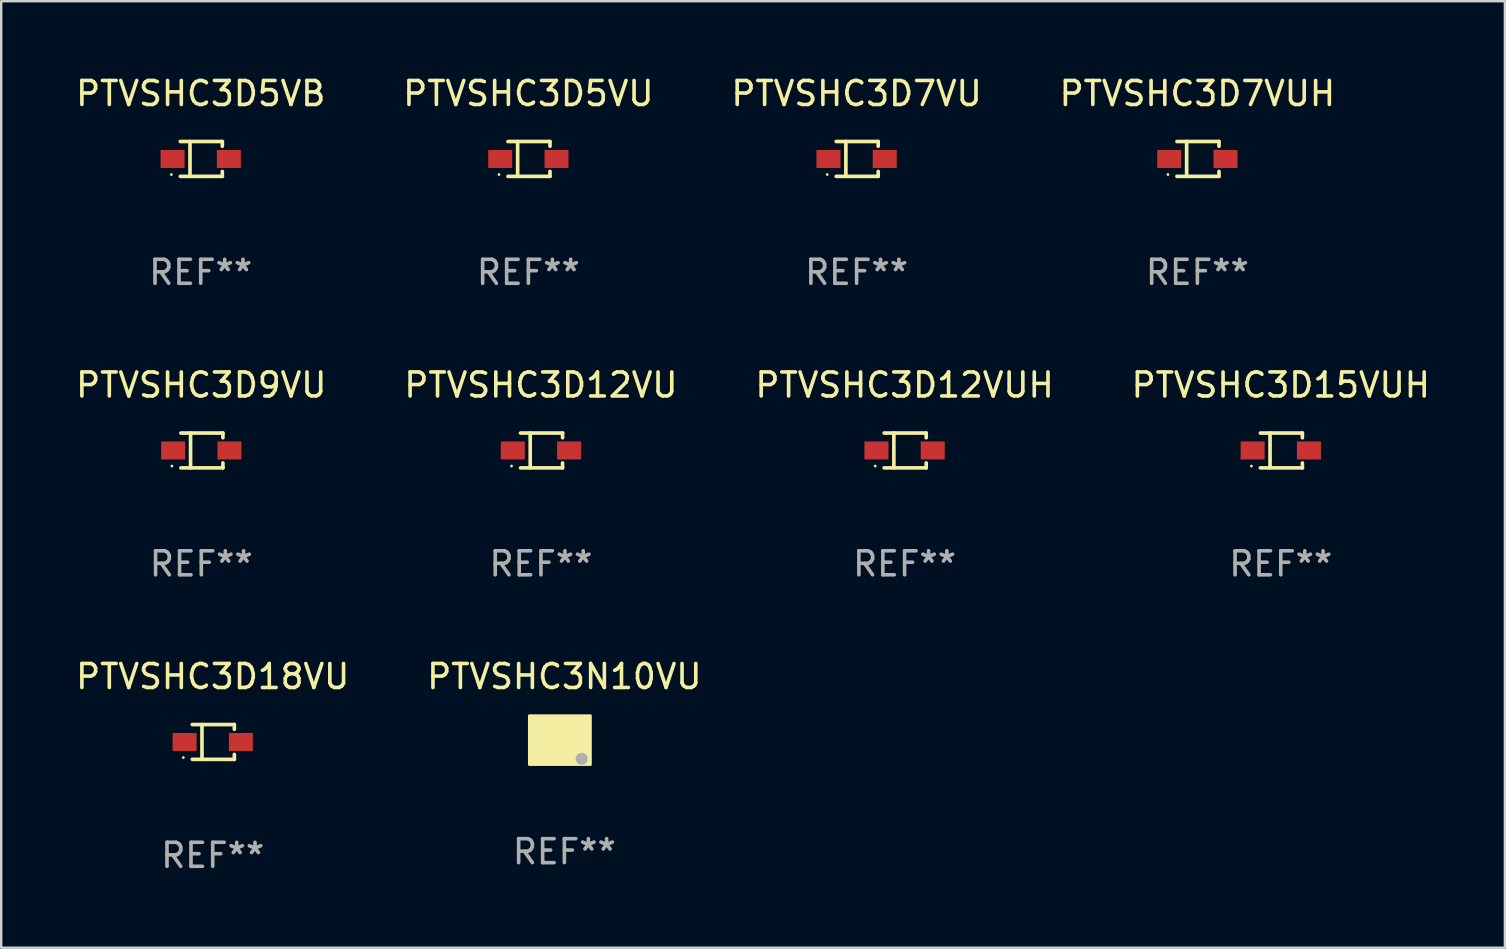
<source format=kicad_pcb>
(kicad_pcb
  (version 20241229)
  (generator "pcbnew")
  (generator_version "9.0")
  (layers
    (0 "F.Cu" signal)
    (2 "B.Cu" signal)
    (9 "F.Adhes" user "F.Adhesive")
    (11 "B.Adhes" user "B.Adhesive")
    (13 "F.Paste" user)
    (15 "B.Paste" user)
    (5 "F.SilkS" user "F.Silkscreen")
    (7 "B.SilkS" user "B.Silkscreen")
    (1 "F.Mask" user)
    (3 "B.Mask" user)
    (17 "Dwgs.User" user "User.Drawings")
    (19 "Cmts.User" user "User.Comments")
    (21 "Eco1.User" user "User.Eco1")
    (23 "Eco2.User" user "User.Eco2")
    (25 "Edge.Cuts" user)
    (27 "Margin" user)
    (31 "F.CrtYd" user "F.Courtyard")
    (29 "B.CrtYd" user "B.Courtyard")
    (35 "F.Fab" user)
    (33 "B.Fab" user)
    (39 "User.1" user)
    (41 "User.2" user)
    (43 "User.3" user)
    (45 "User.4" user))
  (footprint "PTVSHC3D18VU"
    (layer "F.Cu")
    (at 5.815 27.872)
    (property "Reference" "PTVSHC3D18VU" (at 0 -2.726 0) (layer "F.SilkS") (effects (font (size 1 1) (thickness 0.15))))
    (attr through_hole)
    (fp_line (start -0.851 -0.726) (end 0.901 -0.726) (stroke (width 0.152) (type solid)) (layer "F.SilkS"))
    (fp_line (start -0.851 0.726) (end 0.901 0.726) (stroke (width 0.152) (type solid)) (layer "F.SilkS"))
    (fp_line (start -0.447 -0.726) (end -0.447 0.726) (stroke (width 0.152) (type solid)) (layer "F.SilkS"))
    (fp_line (start 0.901 -0.726) (end 0.901 -0.53) (stroke (width 0.152) (type solid)) (layer "F.SilkS"))
    (fp_line (start 0.901 0.726) (end 0.901 0.52) (stroke (width 0.152) (type solid)) (layer "F.SilkS"))
    (fp_circle (center -1.225 0.65) (end -1.195 0.65) (stroke (width 0.06) (type solid)) (fill no) (layer "F.SilkS"))
    (fp_text user "REF**" (at 0 4.726 0) (layer "F.Fab") (effects (font (size 1 1) (thickness 0.15))))
    (pad "1" smd rect (at -1.173 0) (size 1 0.75) (layers "F.Cu" "F.Mask" "F.Paste"))
    (pad "2" smd rect (at 1.173 0) (size 1 0.75) (layers "F.Cu" "F.Mask" "F.Paste")))
  (footprint "PTVSHC3D7VU"
    (layer "F.Cu")
    (at 32.649 3.574)
    (property "Reference" "PTVSHC3D7VU" (at 0 -2.726 0) (layer "F.SilkS") (effects (font (size 1 1) (thickness 0.15))))
    (attr through_hole)
    (fp_line (start -0.851 -0.726) (end 0.901 -0.726) (stroke (width 0.152) (type solid)) (layer "F.SilkS"))
    (fp_line (start -0.851 0.726) (end 0.901 0.726) (stroke (width 0.152) (type solid)) (layer "F.SilkS"))
    (fp_line (start -0.447 -0.726) (end -0.447 0.726) (stroke (width 0.152) (type solid)) (layer "F.SilkS"))
    (fp_line (start 0.901 -0.726) (end 0.901 -0.53) (stroke (width 0.152) (type solid)) (layer "F.SilkS"))
    (fp_line (start 0.901 0.726) (end 0.901 0.52) (stroke (width 0.152) (type solid)) (layer "F.SilkS"))
    (fp_circle (center -1.225 0.65) (end -1.195 0.65) (stroke (width 0.06) (type solid)) (fill no) (layer "F.SilkS"))
    (fp_text user "REF**" (at 0 4.726 0) (layer "F.Fab") (effects (font (size 1 1) (thickness 0.15))))
    (pad "1" smd rect (at -1.173 0) (size 1 0.75) (layers "F.Cu" "F.Mask" "F.Paste"))
    (pad "2" smd rect (at 1.173 0) (size 1 0.75) (layers "F.Cu" "F.Mask" "F.Paste")))
  (footprint "PTVSHC3D5VB"
    (layer "F.Cu")
    (at 5.315 3.574)
    (property "Reference" "PTVSHC3D5VB" (at 0 -2.726 0) (layer "F.SilkS") (effects (font (size 1 1) (thickness 0.15))))
    (attr through_hole)
    (fp_line (start -0.851 -0.726) (end 0.901 -0.726) (stroke (width 0.152) (type solid)) (layer "F.SilkS"))
    (fp_line (start -0.851 0.726) (end 0.901 0.726) (stroke (width 0.152) (type solid)) (layer "F.SilkS"))
    (fp_line (start -0.447 -0.726) (end -0.447 0.726) (stroke (width 0.152) (type solid)) (layer "F.SilkS"))
    (fp_line (start 0.901 -0.726) (end 0.901 -0.53) (stroke (width 0.152) (type solid)) (layer "F.SilkS"))
    (fp_line (start 0.901 0.726) (end 0.901 0.52) (stroke (width 0.152) (type solid)) (layer "F.SilkS"))
    (fp_circle (center -1.225 0.65) (end -1.195 0.65) (stroke (width 0.06) (type solid)) (fill no) (layer "F.SilkS"))
    (fp_text user "REF**" (at 0 4.726 0) (layer "F.Fab") (effects (font (size 1 1) (thickness 0.15))))
    (pad "1" smd rect (at -1.173 0) (size 1 0.75) (layers "F.Cu" "F.Mask" "F.Paste"))
    (pad "2" smd rect (at 1.173 0) (size 1 0.75) (layers "F.Cu" "F.Mask" "F.Paste")))
  (footprint "PTVSHC3D7VUH"
    (layer "F.Cu")
    (at 46.851 3.574)
    (property "Reference" "PTVSHC3D7VUH" (at 0 -2.726 0) (layer "F.SilkS") (effects (font (size 1 1) (thickness 0.15))))
    (attr through_hole)
    (fp_line (start -0.851 -0.726) (end 0.901 -0.726) (stroke (width 0.152) (type solid)) (layer "F.SilkS"))
    (fp_line (start -0.851 0.726) (end 0.901 0.726) (stroke (width 0.152) (type solid)) (layer "F.SilkS"))
    (fp_line (start -0.447 -0.726) (end -0.447 0.726) (stroke (width 0.152) (type solid)) (layer "F.SilkS"))
    (fp_line (start 0.901 -0.726) (end 0.901 -0.53) (stroke (width 0.152) (type solid)) (layer "F.SilkS"))
    (fp_line (start 0.901 0.726) (end 0.901 0.52) (stroke (width 0.152) (type solid)) (layer "F.SilkS"))
    (fp_circle (center -1.225 0.65) (end -1.195 0.65) (stroke (width 0.06) (type solid)) (fill no) (layer "F.SilkS"))
    (fp_text user "REF**" (at 0 4.726 0) (layer "F.Fab") (effects (font (size 1 1) (thickness 0.15))))
    (pad "1" smd rect (at -1.173 0) (size 1 0.75) (layers "F.Cu" "F.Mask" "F.Paste"))
    (pad "2" smd rect (at 1.173 0) (size 1 0.75) (layers "F.Cu" "F.Mask" "F.Paste")))
  (footprint "PTVSHC3D5VU"
    (layer "F.Cu")
    (at 18.97 3.574)
    (property "Reference" "PTVSHC3D5VU" (at 0 -2.726 0) (layer "F.SilkS") (effects (font (size 1 1) (thickness 0.15))))
    (attr through_hole)
    (fp_line (start -0.851 -0.726) (end 0.901 -0.726) (stroke (width 0.152) (type solid)) (layer "F.SilkS"))
    (fp_line (start -0.851 0.726) (end 0.901 0.726) (stroke (width 0.152) (type solid)) (layer "F.SilkS"))
    (fp_line (start -0.447 -0.726) (end -0.447 0.726) (stroke (width 0.152) (type solid)) (layer "F.SilkS"))
    (fp_line (start 0.901 -0.726) (end 0.901 -0.53) (stroke (width 0.152) (type solid)) (layer "F.SilkS"))
    (fp_line (start 0.901 0.726) (end 0.901 0.52) (stroke (width 0.152) (type solid)) (layer "F.SilkS"))
    (fp_circle (center -1.225 0.65) (end -1.195 0.65) (stroke (width 0.06) (type solid)) (fill no) (layer "F.SilkS"))
    (fp_text user "REF**" (at 0 4.726 0) (layer "F.Fab") (effects (font (size 1 1) (thickness 0.15))))
    (pad "1" smd rect (at -1.173 0) (size 1 0.75) (layers "F.Cu" "F.Mask" "F.Paste"))
    (pad "2" smd rect (at 1.173 0) (size 1 0.75) (layers "F.Cu" "F.Mask" "F.Paste")))
  (footprint "PTVSHC3D9VU"
    (layer "F.Cu")
    (at 5.339 15.723)
    (property "Reference" "PTVSHC3D9VU" (at 0 -2.726 0) (layer "F.SilkS") (effects (font (size 1 1) (thickness 0.15))))
    (attr through_hole)
    (fp_line (start -0.851 -0.726) (end 0.901 -0.726) (stroke (width 0.152) (type solid)) (layer "F.SilkS"))
    (fp_line (start -0.851 0.726) (end 0.901 0.726) (stroke (width 0.152) (type solid)) (layer "F.SilkS"))
    (fp_line (start -0.447 -0.726) (end -0.447 0.726) (stroke (width 0.152) (type solid)) (layer "F.SilkS"))
    (fp_line (start 0.901 -0.726) (end 0.901 -0.53) (stroke (width 0.152) (type solid)) (layer "F.SilkS"))
    (fp_line (start 0.901 0.726) (end 0.901 0.52) (stroke (width 0.152) (type solid)) (layer "F.SilkS"))
    (fp_circle (center -1.225 0.65) (end -1.195 0.65) (stroke (width 0.06) (type solid)) (fill no) (layer "F.SilkS"))
    (fp_text user "REF**" (at 0 4.726 0) (layer "F.Fab") (effects (font (size 1 1) (thickness 0.15))))
    (pad "1" smd rect (at -1.173 0) (size 1 0.75) (layers "F.Cu" "F.Mask" "F.Paste"))
    (pad "2" smd rect (at 1.173 0) (size 1 0.75) (layers "F.Cu" "F.Mask" "F.Paste")))
  (footprint "PTVSHC3D12VUH"
    (layer "F.Cu")
    (at 34.649 15.723)
    (property "Reference" "PTVSHC3D12VUH" (at 0 -2.726 0) (layer "F.SilkS") (effects (font (size 1 1) (thickness 0.15))))
    (attr through_hole)
    (fp_line (start -0.851 -0.726) (end 0.901 -0.726) (stroke (width 0.152) (type solid)) (layer "F.SilkS"))
    (fp_line (start -0.851 0.726) (end 0.901 0.726) (stroke (width 0.152) (type solid)) (layer "F.SilkS"))
    (fp_line (start -0.447 -0.726) (end -0.447 0.726) (stroke (width 0.152) (type solid)) (layer "F.SilkS"))
    (fp_line (start 0.901 -0.726) (end 0.901 -0.53) (stroke (width 0.152) (type solid)) (layer "F.SilkS"))
    (fp_line (start 0.901 0.726) (end 0.901 0.52) (stroke (width 0.152) (type solid)) (layer "F.SilkS"))
    (fp_circle (center -1.225 0.65) (end -1.195 0.65) (stroke (width 0.06) (type solid)) (fill no) (layer "F.SilkS"))
    (fp_text user "REF**" (at 0 4.726 0) (layer "F.Fab") (effects (font (size 1 1) (thickness 0.15))))
    (pad "1" smd rect (at -1.173 0) (size 1 0.75) (layers "F.Cu" "F.Mask" "F.Paste"))
    (pad "2" smd rect (at 1.173 0) (size 1 0.75) (layers "F.Cu" "F.Mask" "F.Paste")))
  (footprint "PTVSHC3N10VU"
    (layer "F.Cu")
    (at 20.47 27.796)
    (property "Reference" "PTVSHC3N10VU" (at 0 -2.65 0) (layer "F.SilkS") (effects (font (size 1 1) (thickness 0.15))))
    (attr through_hole)
    (fp_circle (center 0.775 1) (end 0.805 1) (stroke (width 0.06) (type solid)) (fill no) (layer "F.SilkS"))
    (fp_poly (pts (xy -1.457 -1.016) (xy 1.083 -1.016) (xy 1.083 1.016) (xy -1.457 1.016)) (stroke (width 0.12) (type solid)) (fill yes) (layer "F.SilkS"))
    (fp_circle (center 0.72 0.78) (end 0.847 0.78) (stroke (width 0.254) (type solid)) (fill no) (layer "F.Fab"))
    (fp_text user "REF**" (at 0 4.65 0) (layer "F.Fab") (effects (font (size 1 1) (thickness 0.15))))
    (pad "1" smd rect (at 0.575 0.65 270) (size 0.4 0.5) (layers "F.Cu" "F.Mask" "F.Paste"))
    (pad "2" smd rect (at 0.575 -0.65 270) (size 0.4 0.5) (layers "F.Cu" "F.Mask" "F.Paste"))
    (pad "3" smd rect (at -0.575 0 270) (size 1.6 1.4) (layers "F.Cu" "F.Mask" "F.Paste")))
  (footprint "PTVSHC3D15VUH"
    (layer "F.Cu")
    (at 50.327 15.723)
    (property "Reference" "PTVSHC3D15VUH" (at 0 -2.726 0) (layer "F.SilkS") (effects (font (size 1 1) (thickness 0.15))))
    (attr through_hole)
    (fp_line (start -0.851 -0.726) (end 0.901 -0.726) (stroke (width 0.152) (type solid)) (layer "F.SilkS"))
    (fp_line (start -0.851 0.726) (end 0.901 0.726) (stroke (width 0.152) (type solid)) (layer "F.SilkS"))
    (fp_line (start -0.447 -0.726) (end -0.447 0.726) (stroke (width 0.152) (type solid)) (layer "F.SilkS"))
    (fp_line (start 0.901 -0.726) (end 0.901 -0.53) (stroke (width 0.152) (type solid)) (layer "F.SilkS"))
    (fp_line (start 0.901 0.726) (end 0.901 0.52) (stroke (width 0.152) (type solid)) (layer "F.SilkS"))
    (fp_circle (center -1.225 0.65) (end -1.195 0.65) (stroke (width 0.06) (type solid)) (fill no) (layer "F.SilkS"))
    (fp_text user "REF**" (at 0 4.726 0) (layer "F.Fab") (effects (font (size 1 1) (thickness 0.15))))
    (pad "1" smd rect (at -1.173 0) (size 1 0.75) (layers "F.Cu" "F.Mask" "F.Paste"))
    (pad "2" smd rect (at 1.173 0) (size 1 0.75) (layers "F.Cu" "F.Mask" "F.Paste")))
  (footprint "PTVSHC3D12VU"
    (layer "F.Cu")
    (at 19.494 15.723)
    (property "Reference" "PTVSHC3D12VU" (at 0 -2.726 0) (layer "F.SilkS") (effects (font (size 1 1) (thickness 0.15))))
    (attr through_hole)
    (fp_line (start -0.851 -0.726) (end 0.901 -0.726) (stroke (width 0.152) (type solid)) (layer "F.SilkS"))
    (fp_line (start -0.851 0.726) (end 0.901 0.726) (stroke (width 0.152) (type solid)) (layer "F.SilkS"))
    (fp_line (start -0.447 -0.726) (end -0.447 0.726) (stroke (width 0.152) (type solid)) (layer "F.SilkS"))
    (fp_line (start 0.901 -0.726) (end 0.901 -0.53) (stroke (width 0.152) (type solid)) (layer "F.SilkS"))
    (fp_line (start 0.901 0.726) (end 0.901 0.52) (stroke (width 0.152) (type solid)) (layer "F.SilkS"))
    (fp_circle (center -1.225 0.65) (end -1.195 0.65) (stroke (width 0.06) (type solid)) (fill no) (layer "F.SilkS"))
    (fp_text user "REF**" (at 0 4.726 0) (layer "F.Fab") (effects (font (size 1 1) (thickness 0.15))))
    (pad "1" smd rect (at -1.173 0) (size 1 0.75) (layers "F.Cu" "F.Mask" "F.Paste"))
    (pad "2" smd rect (at 1.173 0) (size 1 0.75) (layers "F.Cu" "F.Mask" "F.Paste")))
  (gr_rect
    (start -3 -3)
    (end 59.667 36.447)
    (stroke (width 0.1) (type default))
    (fill no)
    (layer "Edge.Cuts")))
</source>
